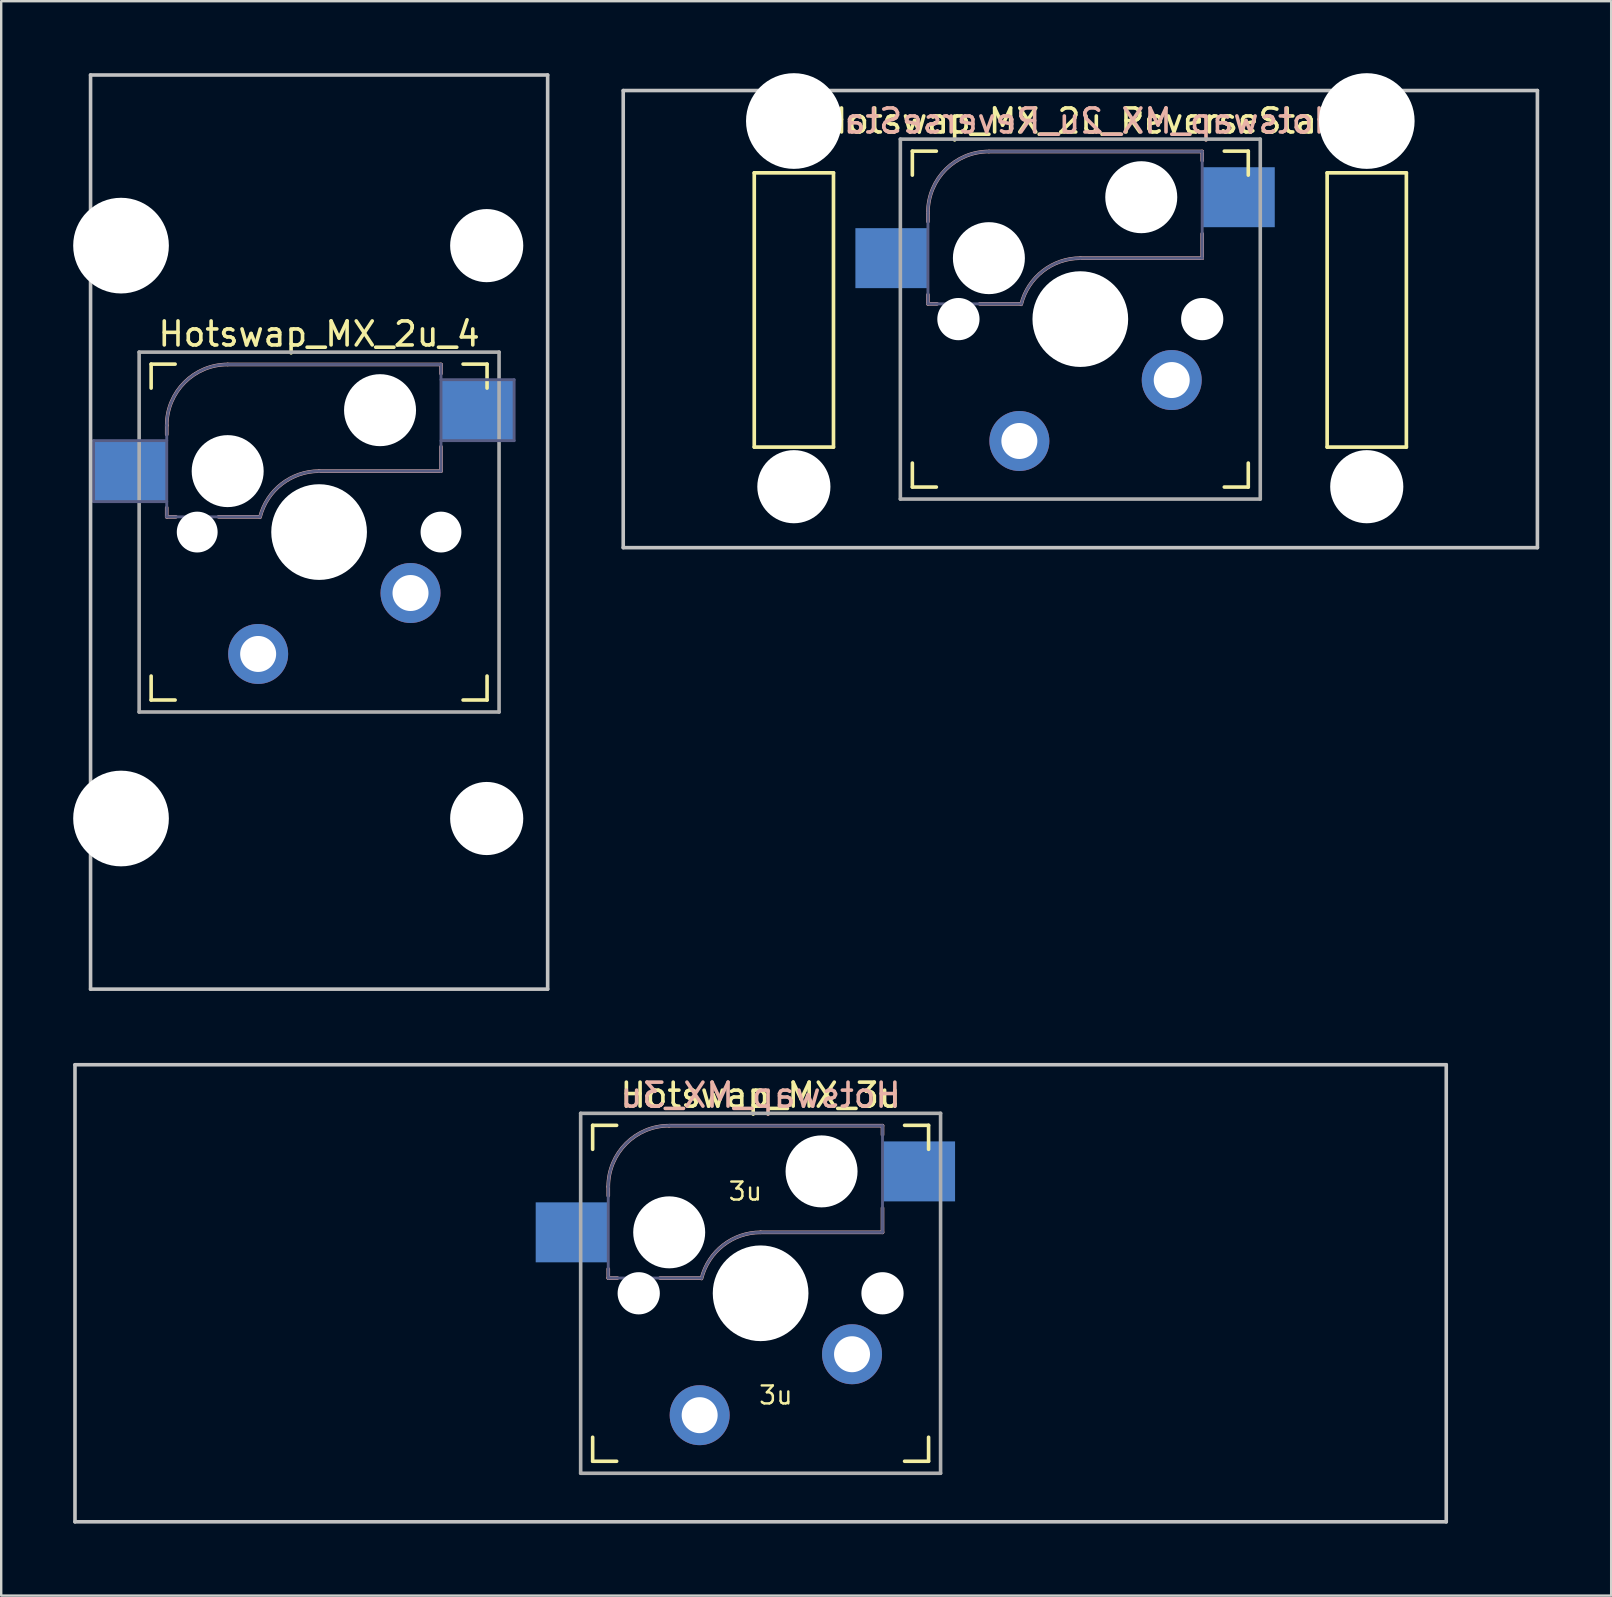
<source format=kicad_pcb>
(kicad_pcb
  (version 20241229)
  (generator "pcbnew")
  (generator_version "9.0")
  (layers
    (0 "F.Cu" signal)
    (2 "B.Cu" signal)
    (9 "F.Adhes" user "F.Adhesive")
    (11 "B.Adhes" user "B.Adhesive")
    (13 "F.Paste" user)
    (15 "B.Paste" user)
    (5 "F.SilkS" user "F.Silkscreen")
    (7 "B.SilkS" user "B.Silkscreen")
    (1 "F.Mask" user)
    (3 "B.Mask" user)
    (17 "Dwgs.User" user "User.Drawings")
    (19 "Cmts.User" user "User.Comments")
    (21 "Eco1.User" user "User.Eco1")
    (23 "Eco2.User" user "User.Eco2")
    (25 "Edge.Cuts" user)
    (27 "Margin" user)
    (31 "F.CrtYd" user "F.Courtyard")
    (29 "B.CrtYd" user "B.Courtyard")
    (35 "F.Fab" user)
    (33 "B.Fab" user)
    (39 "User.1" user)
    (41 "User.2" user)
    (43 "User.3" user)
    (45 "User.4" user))
  (footprint "Hotswap_MX_2u_ReverseStab"
    (layer "F.Cu")
    (at 41.974 10.249)
    (property "Reference" "Hotswap_MX_2u_ReverseStab" (at 0 -8.255 0) (layer "F.SilkS") (effects (font (size 1 1) (thickness 0.15))))
    (attr through_hole)
    (fp_line (start -13.589 -6.096) (end -13.589 5.334) (stroke (width 0.152) (type solid)) (layer "F.SilkS"))
    (fp_line (start -13.589 5.334) (end -10.287 5.334) (stroke (width 0.152) (type solid)) (layer "F.SilkS"))
    (fp_line (start -10.287 -6.096) (end -13.589 -6.096) (stroke (width 0.152) (type solid)) (layer "F.SilkS"))
    (fp_line (start -10.287 5.334) (end -10.287 -6.096) (stroke (width 0.152) (type solid)) (layer "F.SilkS"))
    (fp_line (start -7 -6) (end -7 -7) (stroke (width 0.15) (type solid)) (layer "F.SilkS"))
    (fp_line (start -7 7) (end -7 6) (stroke (width 0.15) (type solid)) (layer "F.SilkS"))
    (fp_line (start -7 7) (end -6 7) (stroke (width 0.15) (type solid)) (layer "F.SilkS"))
    (fp_line (start -6 -7) (end -7 -7) (stroke (width 0.15) (type solid)) (layer "F.SilkS"))
    (fp_line (start 6 7) (end 7 7) (stroke (width 0.15) (type solid)) (layer "F.SilkS"))
    (fp_line (start 7 -7) (end 6 -7) (stroke (width 0.15) (type solid)) (layer "F.SilkS"))
    (fp_line (start 7 -7) (end 7 -6) (stroke (width 0.15) (type solid)) (layer "F.SilkS"))
    (fp_line (start 7 6) (end 7 7) (stroke (width 0.15) (type solid)) (layer "F.SilkS"))
    (fp_line (start 10.287 -6.096) (end 10.287 5.334) (stroke (width 0.152) (type solid)) (layer "F.SilkS"))
    (fp_line (start 10.287 5.334) (end 13.589 5.334) (stroke (width 0.152) (type solid)) (layer "F.SilkS"))
    (fp_line (start 13.589 -6.096) (end 10.287 -6.096) (stroke (width 0.152) (type solid)) (layer "F.SilkS"))
    (fp_line (start 13.589 5.334) (end 13.589 -6.096) (stroke (width 0.152) (type solid)) (layer "F.SilkS"))
    (fp_line (start -6.35 -4.445) (end -6.35 -4.064) (stroke (width 0.15) (type solid)) (layer "B.SilkS"))
    (fp_line (start -6.35 -1.016) (end -6.35 -0.635) (stroke (width 0.15) (type solid)) (layer "B.SilkS"))
    (fp_line (start -6.35 -0.635) (end -5.969 -0.635) (stroke (width 0.15) (type solid)) (layer "B.SilkS"))
    (fp_line (start -4.191 -0.635) (end -2.54 -0.635) (stroke (width 0.15) (type solid)) (layer "B.SilkS"))
    (fp_line (start 0 -2.54) (end 5.08 -2.54) (stroke (width 0.15) (type solid)) (layer "B.SilkS"))
    (fp_line (start 5.08 -6.985) (end -3.81 -6.985) (stroke (width 0.15) (type solid)) (layer "B.SilkS"))
    (fp_line (start 5.08 -6.604) (end 5.08 -6.985) (stroke (width 0.15) (type solid)) (layer "B.SilkS"))
    (fp_line (start 5.08 -2.54) (end 5.08 -3.556) (stroke (width 0.15) (type solid)) (layer "B.SilkS"))
    (fp_arc (start -6.35 -4.445) (mid -5.606051 -6.241051) (end -3.81 -6.985) (stroke (width 0.15) (type solid)) (layer "B.SilkS"))
    (fp_arc (start -2.464162 -0.61604) (mid -1.563147 -2.002042) (end 0 -2.54) (stroke (width 0.15) (type solid)) (layer "B.SilkS"))
    (fp_line (start -19.05 -9.525) (end 19.05 -9.525) (stroke (width 0.15) (type solid)) (layer "Dwgs.User"))
    (fp_line (start -19.05 9.525) (end -19.05 -9.525) (stroke (width 0.15) (type solid)) (layer "Dwgs.User"))
    (fp_line (start 19.05 -9.525) (end 19.05 9.525) (stroke (width 0.15) (type solid)) (layer "Dwgs.User"))
    (fp_line (start 19.05 9.525) (end -19.05 9.525) (stroke (width 0.15) (type solid)) (layer "Dwgs.User"))
    (fp_line (start -6.9 6.9) (end -6.9 -6.9) (stroke (width 0.15) (type solid)) (layer "Eco2.User"))
    (fp_line (start -6.9 6.9) (end 6.9 6.9) (stroke (width 0.15) (type solid)) (layer "Eco2.User"))
    (fp_line (start 6.9 -6.9) (end -6.9 -6.9) (stroke (width 0.15) (type solid)) (layer "Eco2.User"))
    (fp_line (start 6.9 -6.9) (end 6.9 6.9) (stroke (width 0.15) (type solid)) (layer "Eco2.User"))
    (fp_line (start -6.35 -4.445) (end -6.35 -0.635) (stroke (width 0.12) (type solid)) (layer "B.Fab"))
    (fp_line (start -6.35 -0.635) (end -2.54 -0.635) (stroke (width 0.12) (type solid)) (layer "B.Fab"))
    (fp_line (start 0 -2.54) (end 5.08 -2.54) (stroke (width 0.12) (type solid)) (layer "B.Fab"))
    (fp_line (start 5.08 -6.985) (end -3.81 -6.985) (stroke (width 0.12) (type solid)) (layer "B.Fab"))
    (fp_line (start 5.08 -2.54) (end 5.08 -6.985) (stroke (width 0.12) (type solid)) (layer "B.Fab"))
    (fp_arc (start -6.35 -4.445) (mid -5.606051 -6.241051) (end -3.81 -6.985) (stroke (width 0.12) (type solid)) (layer "B.Fab"))
    (fp_arc (start -2.464162 -0.61604) (mid -1.563147 -2.002042) (end 0 -2.54) (stroke (width 0.12) (type solid)) (layer "B.Fab"))
    (fp_line (start -7.5 -7.5) (end 7.5 -7.5) (stroke (width 0.15) (type solid)) (layer "F.Fab"))
    (fp_line (start -7.5 7.5) (end -7.5 -7.5) (stroke (width 0.15) (type solid)) (layer "F.Fab"))
    (fp_line (start 7.5 -7.5) (end 7.5 7.5) (stroke (width 0.15) (type solid)) (layer "F.Fab"))
    (fp_line (start 7.5 7.5) (end -7.5 7.5) (stroke (width 0.15) (type solid)) (layer "F.Fab"))
    (fp_text user "${REFERENCE}" (at 0 -8.255 0) (layer "B.SilkS") (effects (font (size 1 1) (thickness 0.15)) (justify mirror)))
    (pad "" np_thru_hole circle (at -11.938 -8.255 180) (size 3.988 3.988) (drill 3.988) (layers "*.Cu" "*.Mask"))
    (pad "" np_thru_hole circle (at -11.938 6.985 180) (size 3.048 3.048) (drill 3.048) (layers "*.Cu" "*.Mask"))
    (pad "" np_thru_hole circle (at -5.08 0 180) (size 1.76 1.76) (drill 1.76) (layers "*.Cu" "*.Mask"))
    (pad "" np_thru_hole circle (at -3.81 -2.54 180) (size 3 3) (drill 3) (layers "*.Cu" "*.Mask"))
    (pad "" np_thru_hole circle (at 0 0 180) (size 3.988 3.988) (drill 3.988) (layers "*.Cu" "*.Mask"))
    (pad "" np_thru_hole circle (at 2.54 -5.08 180) (size 3 3) (drill 3) (layers "*.Cu" "*.Mask"))
    (pad "" np_thru_hole circle (at 5.08 0 180) (size 1.76 1.76) (drill 1.76) (layers "*.Cu" "*.Mask"))
    (pad "" np_thru_hole circle (at 11.938 -8.255 180) (size 3.988 3.988) (drill 3.988) (layers "*.Cu" "*.Mask"))
    (pad "" np_thru_hole circle (at 11.938 6.985 180) (size 3.048 3.048) (drill 3.048) (layers "*.Cu" "*.Mask"))
    (pad "1" smd rect (at -7.874 -2.54 180) (size 3 2.5) (layers "B.Cu" "B.Mask" "B.Paste"))
    (pad "1" thru_hole circle (at -2.54 5.08 180) (size 2.5 2.5) (drill 1.5) (layers "*.Cu" "B.Mask"))
    (pad "2" thru_hole circle (at 3.81 2.54 180) (size 2.5 2.5) (drill 1.5) (layers "*.Cu" "B.Mask"))
    (pad "2" smd rect (at 6.604 -5.08 180) (size 3 2.5) (layers "B.Cu" "B.Mask" "B.Paste")))
  (footprint "Hotswap_MX_2u_4"
    (layer "F.Cu")
    (at 10.249 19.125)
    (property "Reference" "Hotswap_MX_2u_4" (at 0 -8.255 0) (layer "F.SilkS") (effects (font (size 1 1) (thickness 0.15))))
    (attr through_hole)
    (fp_line (start -7 -6) (end -7 -7) (stroke (width 0.15) (type solid)) (layer "F.SilkS"))
    (fp_line (start -7 7) (end -7 6) (stroke (width 0.15) (type solid)) (layer "F.SilkS"))
    (fp_line (start -7 7) (end -6 7) (stroke (width 0.15) (type solid)) (layer "F.SilkS"))
    (fp_line (start -6 -7) (end -7 -7) (stroke (width 0.15) (type solid)) (layer "F.SilkS"))
    (fp_line (start 6 7) (end 7 7) (stroke (width 0.15) (type solid)) (layer "F.SilkS"))
    (fp_line (start 7 -7) (end 6 -7) (stroke (width 0.15) (type solid)) (layer "F.SilkS"))
    (fp_line (start 7 -7) (end 7 -6) (stroke (width 0.15) (type solid)) (layer "F.SilkS"))
    (fp_line (start 7 6) (end 7 7) (stroke (width 0.15) (type solid)) (layer "F.SilkS"))
    (fp_line (start -6.35 -4.445) (end -6.35 -4.064) (stroke (width 0.15) (type solid)) (layer "B.SilkS"))
    (fp_line (start -6.35 -1.016) (end -6.35 -0.635) (stroke (width 0.15) (type solid)) (layer "B.SilkS"))
    (fp_line (start -6.35 -0.635) (end -5.969 -0.635) (stroke (width 0.15) (type solid)) (layer "B.SilkS"))
    (fp_line (start -4.191 -0.635) (end -2.54 -0.635) (stroke (width 0.15) (type solid)) (layer "B.SilkS"))
    (fp_line (start 0 -2.54) (end 5.08 -2.54) (stroke (width 0.15) (type solid)) (layer "B.SilkS"))
    (fp_line (start 5.08 -6.985) (end -3.81 -6.985) (stroke (width 0.15) (type solid)) (layer "B.SilkS"))
    (fp_line (start 5.08 -6.604) (end 5.08 -6.985) (stroke (width 0.15) (type solid)) (layer "B.SilkS"))
    (fp_line (start 5.08 -2.54) (end 5.08 -3.556) (stroke (width 0.15) (type solid)) (layer "B.SilkS"))
    (fp_arc (start -6.35 -4.445) (mid -5.606051 -6.241051) (end -3.81 -6.985) (stroke (width 0.15) (type solid)) (layer "B.SilkS"))
    (fp_arc (start -2.464162 -0.61604) (mid -1.563147 -2.002042) (end 0 -2.54) (stroke (width 0.15) (type solid)) (layer "B.SilkS"))
    (fp_line (start -9.525 -19.05) (end 9.525 -19.05) (stroke (width 0.15) (type solid)) (layer "Dwgs.User"))
    (fp_line (start -9.525 19.05) (end -9.525 -19.05) (stroke (width 0.15) (type solid)) (layer "Dwgs.User"))
    (fp_line (start 9.525 -19.05) (end 9.525 19.05) (stroke (width 0.15) (type solid)) (layer "Dwgs.User"))
    (fp_line (start 9.525 19.05) (end -9.525 19.05) (stroke (width 0.15) (type solid)) (layer "Dwgs.User"))
    (fp_line (start -6.9 6.9) (end -6.9 -6.9) (stroke (width 0.15) (type solid)) (layer "Eco2.User"))
    (fp_line (start -6.9 6.9) (end 6.9 6.9) (stroke (width 0.15) (type solid)) (layer "Eco2.User"))
    (fp_line (start -6.096 -13.589) (end -6.096 -10.287) (stroke (width 0.152) (type solid)) (layer "Eco2.User"))
    (fp_line (start -6.096 -10.287) (end 5.334 -10.287) (stroke (width 0.152) (type solid)) (layer "Eco2.User"))
    (fp_line (start -6.096 10.287) (end -6.096 13.589) (stroke (width 0.152) (type solid)) (layer "Eco2.User"))
    (fp_line (start -6.096 13.589) (end 5.334 13.589) (stroke (width 0.152) (type solid)) (layer "Eco2.User"))
    (fp_line (start 5.334 -13.589) (end -6.096 -13.589) (stroke (width 0.152) (type solid)) (layer "Eco2.User"))
    (fp_line (start 5.334 -10.287) (end 5.334 -13.589) (stroke (width 0.152) (type solid)) (layer "Eco2.User"))
    (fp_line (start 5.334 10.287) (end -6.096 10.287) (stroke (width 0.152) (type solid)) (layer "Eco2.User"))
    (fp_line (start 5.334 13.589) (end 5.334 10.287) (stroke (width 0.152) (type solid)) (layer "Eco2.User"))
    (fp_line (start 6.9 -6.9) (end -6.9 -6.9) (stroke (width 0.15) (type solid)) (layer "Eco2.User"))
    (fp_line (start 6.9 -6.9) (end 6.9 6.9) (stroke (width 0.15) (type solid)) (layer "Eco2.User"))
    (fp_line (start -9.398 -3.81) (end -9.398 -1.27) (stroke (width 0.12) (type solid)) (layer "B.Fab"))
    (fp_line (start -9.398 -1.27) (end -6.35 -1.27) (stroke (width 0.12) (type solid)) (layer "B.Fab"))
    (fp_line (start -6.35 -4.445) (end -6.35 -0.635) (stroke (width 0.12) (type solid)) (layer "B.Fab"))
    (fp_line (start -6.35 -3.81) (end -9.398 -3.81) (stroke (width 0.12) (type solid)) (layer "B.Fab"))
    (fp_line (start -6.35 -0.635) (end -2.54 -0.635) (stroke (width 0.12) (type solid)) (layer "B.Fab"))
    (fp_line (start 0 -2.54) (end 5.08 -2.54) (stroke (width 0.12) (type solid)) (layer "B.Fab"))
    (fp_line (start 5.08 -6.985) (end -3.81 -6.985) (stroke (width 0.12) (type solid)) (layer "B.Fab"))
    (fp_line (start 5.08 -3.81) (end 8.128 -3.81) (stroke (width 0.12) (type solid)) (layer "B.Fab"))
    (fp_line (start 5.08 -2.54) (end 5.08 -6.985) (stroke (width 0.12) (type solid)) (layer "B.Fab"))
    (fp_line (start 8.128 -6.35) (end 5.08 -6.35) (stroke (width 0.12) (type solid)) (layer "B.Fab"))
    (fp_line (start 8.128 -3.81) (end 8.128 -6.35) (stroke (width 0.12) (type solid)) (layer "B.Fab"))
    (fp_arc (start -6.35 -4.445) (mid -5.606051 -6.241051) (end -3.81 -6.985) (stroke (width 0.12) (type solid)) (layer "B.Fab"))
    (fp_arc (start -2.464162 -0.61604) (mid -1.563147 -2.002042) (end 0 -2.54) (stroke (width 0.12) (type solid)) (layer "B.Fab"))
    (fp_line (start -7.5 -7.5) (end 7.5 -7.5) (stroke (width 0.15) (type solid)) (layer "F.Fab"))
    (fp_line (start -7.5 7.5) (end -7.5 -7.5) (stroke (width 0.15) (type solid)) (layer "F.Fab"))
    (fp_line (start 7.5 -7.5) (end 7.5 7.5) (stroke (width 0.15) (type solid)) (layer "F.Fab"))
    (fp_line (start 7.5 7.5) (end -7.5 7.5) (stroke (width 0.15) (type solid)) (layer "F.Fab"))
    (pad "" np_thru_hole circle (at -8.255 -11.938 270) (size 3.988 3.988) (drill 3.988) (layers "*.Cu" "*.Mask"))
    (pad "" np_thru_hole circle (at -8.255 11.938 270) (size 3.988 3.988) (drill 3.988) (layers "*.Cu" "*.Mask"))
    (pad "" np_thru_hole circle (at -5.08 0 180) (size 1.702 1.702) (drill 1.702) (layers "*.Cu" "*.Mask"))
    (pad "" np_thru_hole circle (at -3.81 -2.54 180) (size 3 3) (drill 3) (layers "*.Cu" "*.Mask"))
    (pad "" np_thru_hole circle (at 0 0 180) (size 3.988 3.988) (drill 3.988) (layers "*.Cu" "*.Mask"))
    (pad "" np_thru_hole circle (at 2.54 -5.08 180) (size 3 3) (drill 3) (layers "*.Cu" "*.Mask"))
    (pad "" np_thru_hole circle (at 5.08 0 180) (size 1.702 1.702) (drill 1.702) (layers "*.Cu" "*.Mask"))
    (pad "" np_thru_hole circle (at 6.985 -11.938 270) (size 3.048 3.048) (drill 3.048) (layers "*.Cu" "*.Mask"))
    (pad "" np_thru_hole circle (at 6.985 11.938 270) (size 3.048 3.048) (drill 3.048) (layers "*.Cu" "*.Mask"))
    (pad "1" thru_hole circle (at -2.54 5.08 180) (size 2.5 2.5) (drill 1.5) (layers "*.Cu" "*.Mask"))
    (pad "1" smd rect (at 6.604 -5.08 180) (size 3 2.5) (layers "B.Cu"))
    (pad "2" smd rect (at -7.874 -2.54 180) (size 3 2.5) (layers "B.Cu"))
    (pad "2" thru_hole circle (at 3.81 2.54 180) (size 2.5 2.5) (drill 1.5) (layers "*.Cu" "*.Mask")))
  (footprint "Hotswap_MX_3u"
    (layer "F.Cu")
    (at 28.65 50.85)
    (property "Reference" "Hotswap_MX_3u" (at 0 -8.255 0) (layer "F.SilkS") (effects (font (size 1 1) (thickness 0.15))))
    (attr through_hole)
    (fp_line (start -7 -6) (end -7 -7) (stroke (width 0.15) (type solid)) (layer "F.SilkS"))
    (fp_line (start -7 7) (end -7 6) (stroke (width 0.15) (type solid)) (layer "F.SilkS"))
    (fp_line (start -7 7) (end -6 7) (stroke (width 0.15) (type solid)) (layer "F.SilkS"))
    (fp_line (start -6 -7) (end -7 -7) (stroke (width 0.15) (type solid)) (layer "F.SilkS"))
    (fp_line (start 6 7) (end 7 7) (stroke (width 0.15) (type solid)) (layer "F.SilkS"))
    (fp_line (start 7 -7) (end 6 -7) (stroke (width 0.15) (type solid)) (layer "F.SilkS"))
    (fp_line (start 7 -7) (end 7 -6) (stroke (width 0.15) (type solid)) (layer "F.SilkS"))
    (fp_line (start 7 6) (end 7 7) (stroke (width 0.15) (type solid)) (layer "F.SilkS"))
    (fp_line (start -6.35 -4.445) (end -6.35 -4.064) (stroke (width 0.15) (type solid)) (layer "B.SilkS"))
    (fp_line (start -6.35 -1.016) (end -6.35 -0.635) (stroke (width 0.15) (type solid)) (layer "B.SilkS"))
    (fp_line (start -6.35 -0.635) (end -5.969 -0.635) (stroke (width 0.15) (type solid)) (layer "B.SilkS"))
    (fp_line (start -4.191 -0.635) (end -2.54 -0.635) (stroke (width 0.15) (type solid)) (layer "B.SilkS"))
    (fp_line (start 0 -2.54) (end 5.08 -2.54) (stroke (width 0.15) (type solid)) (layer "B.SilkS"))
    (fp_line (start 5.08 -6.985) (end -3.81 -6.985) (stroke (width 0.15) (type solid)) (layer "B.SilkS"))
    (fp_line (start 5.08 -6.604) (end 5.08 -6.985) (stroke (width 0.15) (type solid)) (layer "B.SilkS"))
    (fp_line (start 5.08 -2.54) (end 5.08 -3.556) (stroke (width 0.15) (type solid)) (layer "B.SilkS"))
    (fp_arc (start -6.35 -4.445) (mid -5.606051 -6.241051) (end -3.81 -6.985) (stroke (width 0.15) (type solid)) (layer "B.SilkS"))
    (fp_arc (start -2.464162 -0.61604) (mid -1.563147 -2.002042) (end 0 -2.54) (stroke (width 0.15) (type solid)) (layer "B.SilkS"))
    (fp_line (start -28.575 -9.525) (end 28.575 -9.525) (stroke (width 0.15) (type solid)) (layer "Dwgs.User"))
    (fp_line (start -28.575 9.525) (end -28.575 -9.525) (stroke (width 0.15) (type solid)) (layer "Dwgs.User"))
    (fp_line (start -28.575 9.525) (end 28.575 9.525) (stroke (width 0.15) (type solid)) (layer "Dwgs.User"))
    (fp_line (start 28.575 -9.525) (end 28.575 9.525) (stroke (width 0.15) (type solid)) (layer "Dwgs.User"))
    (fp_line (start -6.9 6.9) (end -6.9 -6.9) (stroke (width 0.15) (type solid)) (layer "Eco2.User"))
    (fp_line (start -6.9 6.9) (end 6.9 6.9) (stroke (width 0.15) (type solid)) (layer "Eco2.User"))
    (fp_line (start 6.9 -6.9) (end -6.9 -6.9) (stroke (width 0.15) (type solid)) (layer "Eco2.User"))
    (fp_line (start 6.9 -6.9) (end 6.9 6.9) (stroke (width 0.15) (type solid)) (layer "Eco2.User"))
    (fp_line (start -6.35 -4.445) (end -6.35 -0.635) (stroke (width 0.12) (type solid)) (layer "B.Fab"))
    (fp_line (start -6.35 -0.635) (end -2.54 -0.635) (stroke (width 0.12) (type solid)) (layer "B.Fab"))
    (fp_line (start 0 -2.54) (end 5.08 -2.54) (stroke (width 0.12) (type solid)) (layer "B.Fab"))
    (fp_line (start 5.08 -6.985) (end -3.81 -6.985) (stroke (width 0.12) (type solid)) (layer "B.Fab"))
    (fp_line (start 5.08 -2.54) (end 5.08 -6.985) (stroke (width 0.12) (type solid)) (layer "B.Fab"))
    (fp_arc (start -6.35 -4.445) (mid -5.606051 -6.241051) (end -3.81 -6.985) (stroke (width 0.12) (type solid)) (layer "B.Fab"))
    (fp_arc (start -2.464162 -0.61604) (mid -1.563147 -2.002042) (end 0 -2.54) (stroke (width 0.12) (type solid)) (layer "B.Fab"))
    (fp_line (start -7.5 -7.5) (end 7.5 -7.5) (stroke (width 0.15) (type solid)) (layer "F.Fab"))
    (fp_line (start -7.5 7.5) (end -7.5 -7.5) (stroke (width 0.15) (type solid)) (layer "F.Fab"))
    (fp_line (start 7.5 -7.5) (end 7.5 7.5) (stroke (width 0.15) (type solid)) (layer "F.Fab"))
    (fp_line (start 7.5 7.5) (end -7.5 7.5) (stroke (width 0.15) (type solid)) (layer "F.Fab"))
    (fp_text user "3u" (at -0.635 -3.81 0) (unlocked yes) (layer "F.SilkS") (effects (font (size 0.75 0.75) (thickness 0.1)) (justify bottom)))
    (fp_text user "3u" (at 0.635 3.81 0) (unlocked yes) (layer "F.SilkS") (effects (font (size 0.75 0.75) (thickness 0.1)) (justify top)))
    (fp_text user "${REFERENCE}" (at 0 -8.255 0) (layer "B.SilkS") (effects (font (size 1 1) (thickness 0.15)) (justify mirror)))
    (pad "" np_thru_hole circle (at -5.08 0 180) (size 1.76 1.76) (drill 1.76) (layers "*.Cu" "*.Mask"))
    (pad "" np_thru_hole circle (at -3.81 -2.54 180) (size 3 3) (drill 3) (layers "*.Cu" "*.Mask"))
    (pad "" np_thru_hole circle (at 0 0 180) (size 3.988 3.988) (drill 3.988) (layers "*.Cu" "*.Mask"))
    (pad "" np_thru_hole circle (at 2.54 -5.08 180) (size 3 3) (drill 3) (layers "*.Cu" "*.Mask"))
    (pad "" np_thru_hole circle (at 5.08 0 180) (size 1.76 1.76) (drill 1.76) (layers "*.Cu" "*.Mask"))
    (pad "1" smd rect (at -7.874 -2.54 180) (size 3 2.5) (layers "B.Cu" "B.Mask" "B.Paste"))
    (pad "1" thru_hole circle (at -2.54 5.08 180) (size 2.5 2.5) (drill 1.5) (layers "*.Cu" "B.Mask"))
    (pad "2" thru_hole circle (at 3.81 2.54 180) (size 2.5 2.5) (drill 1.5) (layers "*.Cu" "B.Mask"))
    (pad "2" smd rect (at 6.604 -5.08 180) (size 3 2.5) (layers "B.Cu" "B.Mask" "B.Paste")))
  (gr_rect
    (start -3 -3)
    (end 64.099 63.45)
    (stroke (width 0.1) (type default))
    (fill no)
    (layer "Edge.Cuts")))
</source>
